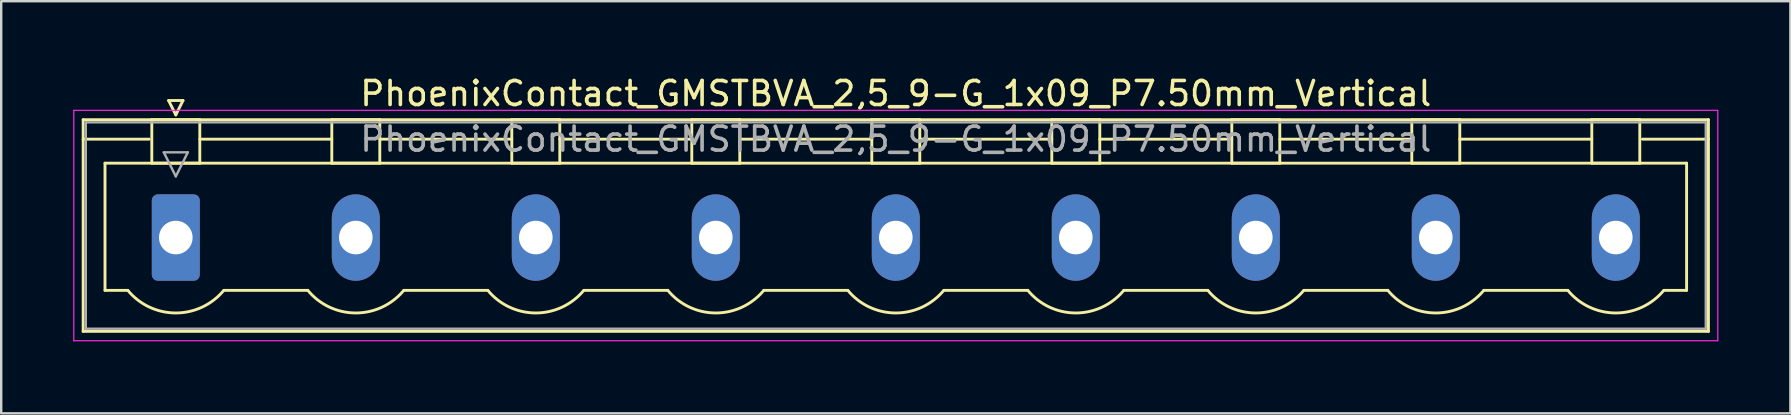
<source format=kicad_pcb>
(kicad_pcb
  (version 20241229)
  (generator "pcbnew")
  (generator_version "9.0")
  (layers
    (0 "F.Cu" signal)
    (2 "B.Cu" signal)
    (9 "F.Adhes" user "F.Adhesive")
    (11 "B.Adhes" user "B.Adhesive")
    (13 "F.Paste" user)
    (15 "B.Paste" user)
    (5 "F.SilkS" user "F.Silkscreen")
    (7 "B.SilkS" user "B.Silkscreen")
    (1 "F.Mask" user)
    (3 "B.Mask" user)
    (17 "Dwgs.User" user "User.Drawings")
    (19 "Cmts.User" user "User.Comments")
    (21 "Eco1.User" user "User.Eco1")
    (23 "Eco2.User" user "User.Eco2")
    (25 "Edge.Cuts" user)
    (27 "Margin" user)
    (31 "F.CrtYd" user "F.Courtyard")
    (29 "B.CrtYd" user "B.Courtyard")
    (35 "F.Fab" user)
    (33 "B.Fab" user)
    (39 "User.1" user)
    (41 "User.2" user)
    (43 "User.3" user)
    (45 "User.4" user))
  (footprint "PhoenixContact_GMSTBVA_2,5_9-G_1x09_P7.50mm_Vertical"
    (layer "F.Cu")
    (at 4.275 6.848)
    (property "Reference" "PhoenixContact_GMSTBVA_2,5_9-G_1x09_P7.50mm_Vertical" (at 30 -6 0) (layer "F.SilkS") (effects (font (size 1 1) (thickness 0.15))))
    (attr through_hole)
    (fp_line (start -3.86 -4.91) (end -3.86 3.91) (stroke (width 0.12) (type solid)) (layer "F.SilkS"))
    (fp_line (start -3.86 -4.1) (end -1.11 -4.1) (stroke (width 0.12) (type solid)) (layer "F.SilkS"))
    (fp_line (start -3.86 3.91) (end 63.86 3.91) (stroke (width 0.12) (type solid)) (layer "F.SilkS"))
    (fp_line (start -2.95 -3.1) (end 62.95 -3.1) (stroke (width 0.12) (type solid)) (layer "F.SilkS"))
    (fp_line (start -2.95 2.2) (end -2.95 -3.1) (stroke (width 0.12) (type solid)) (layer "F.SilkS"))
    (fp_line (start -2 2.2) (end -2.95 2.2) (stroke (width 0.12) (type solid)) (layer "F.SilkS"))
    (fp_line (start -1 -4.91) (end 1 -4.91) (stroke (width 0.12) (type solid)) (layer "F.SilkS"))
    (fp_line (start -1 -3.1) (end -1 -4.91) (stroke (width 0.12) (type solid)) (layer "F.SilkS"))
    (fp_line (start -0.3 -5.71) (end 0.3 -5.71) (stroke (width 0.12) (type solid)) (layer "F.SilkS"))
    (fp_line (start 0 -5.11) (end -0.3 -5.71) (stroke (width 0.12) (type solid)) (layer "F.SilkS"))
    (fp_line (start 0.3 -5.71) (end 0 -5.11) (stroke (width 0.12) (type solid)) (layer "F.SilkS"))
    (fp_line (start 1 -4.91) (end 1 -3.1) (stroke (width 0.12) (type solid)) (layer "F.SilkS"))
    (fp_line (start 1 -4.1) (end 6.5 -4.1) (stroke (width 0.12) (type solid)) (layer "F.SilkS"))
    (fp_line (start 1 -3.1) (end -1 -3.1) (stroke (width 0.12) (type solid)) (layer "F.SilkS"))
    (fp_line (start 2 2.2) (end 5.5 2.2) (stroke (width 0.12) (type solid)) (layer "F.SilkS"))
    (fp_line (start 6.5 -4.91) (end 8.5 -4.91) (stroke (width 0.12) (type solid)) (layer "F.SilkS"))
    (fp_line (start 6.5 -3.1) (end 6.5 -4.91) (stroke (width 0.12) (type solid)) (layer "F.SilkS"))
    (fp_line (start 8.5 -4.91) (end 8.5 -3.1) (stroke (width 0.12) (type solid)) (layer "F.SilkS"))
    (fp_line (start 8.5 -4.1) (end 14 -4.1) (stroke (width 0.12) (type solid)) (layer "F.SilkS"))
    (fp_line (start 8.5 -3.1) (end 6.5 -3.1) (stroke (width 0.12) (type solid)) (layer "F.SilkS"))
    (fp_line (start 9.5 2.2) (end 13 2.2) (stroke (width 0.12) (type solid)) (layer "F.SilkS"))
    (fp_line (start 14 -4.91) (end 16 -4.91) (stroke (width 0.12) (type solid)) (layer "F.SilkS"))
    (fp_line (start 14 -3.1) (end 14 -4.91) (stroke (width 0.12) (type solid)) (layer "F.SilkS"))
    (fp_line (start 16 -4.91) (end 16 -3.1) (stroke (width 0.12) (type solid)) (layer "F.SilkS"))
    (fp_line (start 16 -4.1) (end 21.5 -4.1) (stroke (width 0.12) (type solid)) (layer "F.SilkS"))
    (fp_line (start 16 -3.1) (end 14 -3.1) (stroke (width 0.12) (type solid)) (layer "F.SilkS"))
    (fp_line (start 17 2.2) (end 20.5 2.2) (stroke (width 0.12) (type solid)) (layer "F.SilkS"))
    (fp_line (start 21.5 -4.91) (end 23.5 -4.91) (stroke (width 0.12) (type solid)) (layer "F.SilkS"))
    (fp_line (start 21.5 -3.1) (end 21.5 -4.91) (stroke (width 0.12) (type solid)) (layer "F.SilkS"))
    (fp_line (start 23.5 -4.91) (end 23.5 -3.1) (stroke (width 0.12) (type solid)) (layer "F.SilkS"))
    (fp_line (start 23.5 -4.1) (end 29 -4.1) (stroke (width 0.12) (type solid)) (layer "F.SilkS"))
    (fp_line (start 23.5 -3.1) (end 21.5 -3.1) (stroke (width 0.12) (type solid)) (layer "F.SilkS"))
    (fp_line (start 24.5 2.2) (end 28 2.2) (stroke (width 0.12) (type solid)) (layer "F.SilkS"))
    (fp_line (start 29 -4.91) (end 31 -4.91) (stroke (width 0.12) (type solid)) (layer "F.SilkS"))
    (fp_line (start 29 -3.1) (end 29 -4.91) (stroke (width 0.12) (type solid)) (layer "F.SilkS"))
    (fp_line (start 31 -4.91) (end 31 -3.1) (stroke (width 0.12) (type solid)) (layer "F.SilkS"))
    (fp_line (start 31 -4.1) (end 36.5 -4.1) (stroke (width 0.12) (type solid)) (layer "F.SilkS"))
    (fp_line (start 31 -3.1) (end 29 -3.1) (stroke (width 0.12) (type solid)) (layer "F.SilkS"))
    (fp_line (start 32 2.2) (end 35.5 2.2) (stroke (width 0.12) (type solid)) (layer "F.SilkS"))
    (fp_line (start 36.5 -4.91) (end 38.5 -4.91) (stroke (width 0.12) (type solid)) (layer "F.SilkS"))
    (fp_line (start 36.5 -3.1) (end 36.5 -4.91) (stroke (width 0.12) (type solid)) (layer "F.SilkS"))
    (fp_line (start 38.5 -4.91) (end 38.5 -3.1) (stroke (width 0.12) (type solid)) (layer "F.SilkS"))
    (fp_line (start 38.5 -4.1) (end 44 -4.1) (stroke (width 0.12) (type solid)) (layer "F.SilkS"))
    (fp_line (start 38.5 -3.1) (end 36.5 -3.1) (stroke (width 0.12) (type solid)) (layer "F.SilkS"))
    (fp_line (start 39.5 2.2) (end 43 2.2) (stroke (width 0.12) (type solid)) (layer "F.SilkS"))
    (fp_line (start 44 -4.91) (end 46 -4.91) (stroke (width 0.12) (type solid)) (layer "F.SilkS"))
    (fp_line (start 44 -3.1) (end 44 -4.91) (stroke (width 0.12) (type solid)) (layer "F.SilkS"))
    (fp_line (start 46 -4.91) (end 46 -3.1) (stroke (width 0.12) (type solid)) (layer "F.SilkS"))
    (fp_line (start 46 -4.1) (end 51.5 -4.1) (stroke (width 0.12) (type solid)) (layer "F.SilkS"))
    (fp_line (start 46 -3.1) (end 44 -3.1) (stroke (width 0.12) (type solid)) (layer "F.SilkS"))
    (fp_line (start 47 2.2) (end 50.5 2.2) (stroke (width 0.12) (type solid)) (layer "F.SilkS"))
    (fp_line (start 51.5 -4.91) (end 53.5 -4.91) (stroke (width 0.12) (type solid)) (layer "F.SilkS"))
    (fp_line (start 51.5 -3.1) (end 51.5 -4.91) (stroke (width 0.12) (type solid)) (layer "F.SilkS"))
    (fp_line (start 53.5 -4.91) (end 53.5 -3.1) (stroke (width 0.12) (type solid)) (layer "F.SilkS"))
    (fp_line (start 53.5 -4.1) (end 59 -4.1) (stroke (width 0.12) (type solid)) (layer "F.SilkS"))
    (fp_line (start 53.5 -3.1) (end 51.5 -3.1) (stroke (width 0.12) (type solid)) (layer "F.SilkS"))
    (fp_line (start 54.5 2.2) (end 58 2.2) (stroke (width 0.12) (type solid)) (layer "F.SilkS"))
    (fp_line (start 59 -4.91) (end 61 -4.91) (stroke (width 0.12) (type solid)) (layer "F.SilkS"))
    (fp_line (start 59 -3.1) (end 59 -4.91) (stroke (width 0.12) (type solid)) (layer "F.SilkS"))
    (fp_line (start 61 -4.91) (end 61 -3.1) (stroke (width 0.12) (type solid)) (layer "F.SilkS"))
    (fp_line (start 61 -3.1) (end 59 -3.1) (stroke (width 0.12) (type solid)) (layer "F.SilkS"))
    (fp_line (start 62.95 -3.1) (end 62.95 2.2) (stroke (width 0.12) (type solid)) (layer "F.SilkS"))
    (fp_line (start 62.95 2.2) (end 62 2.2) (stroke (width 0.12) (type solid)) (layer "F.SilkS"))
    (fp_line (start 63.86 -4.91) (end -3.86 -4.91) (stroke (width 0.12) (type solid)) (layer "F.SilkS"))
    (fp_line (start 63.86 -4.1) (end 61.11 -4.1) (stroke (width 0.12) (type solid)) (layer "F.SilkS"))
    (fp_line (start 63.86 3.91) (end 63.86 -4.91) (stroke (width 0.12) (type solid)) (layer "F.SilkS"))
    (fp_arc (start 1.986842 2.215821) (mid -0.010289 3.142758) (end -2 2.2) (stroke (width 0.12) (type solid)) (layer "F.SilkS"))
    (fp_arc (start 9.486842 2.215821) (mid 7.489711 3.142758) (end 5.5 2.2) (stroke (width 0.12) (type solid)) (layer "F.SilkS"))
    (fp_arc (start 16.986842 2.215821) (mid 14.989711 3.142758) (end 13 2.2) (stroke (width 0.12) (type solid)) (layer "F.SilkS"))
    (fp_arc (start 24.486842 2.215821) (mid 22.489711 3.142758) (end 20.5 2.2) (stroke (width 0.12) (type solid)) (layer "F.SilkS"))
    (fp_arc (start 31.986842 2.215821) (mid 29.989711 3.142758) (end 28 2.2) (stroke (width 0.12) (type solid)) (layer "F.SilkS"))
    (fp_arc (start 39.486842 2.215821) (mid 37.489711 3.142758) (end 35.5 2.2) (stroke (width 0.12) (type solid)) (layer "F.SilkS"))
    (fp_arc (start 46.986842 2.215821) (mid 44.989711 3.142758) (end 43 2.2) (stroke (width 0.12) (type solid)) (layer "F.SilkS"))
    (fp_arc (start 54.486842 2.215821) (mid 52.489711 3.142758) (end 50.5 2.2) (stroke (width 0.12) (type solid)) (layer "F.SilkS"))
    (fp_arc (start 61.986842 2.215821) (mid 59.989711 3.142758) (end 58 2.2) (stroke (width 0.12) (type solid)) (layer "F.SilkS"))
    (fp_line (start -4.25 -5.3) (end -4.25 4.3) (stroke (width 0.05) (type solid)) (layer "F.CrtYd"))
    (fp_line (start -4.25 4.3) (end 64.25 4.3) (stroke (width 0.05) (type solid)) (layer "F.CrtYd"))
    (fp_line (start 64.25 -5.3) (end -4.25 -5.3) (stroke (width 0.05) (type solid)) (layer "F.CrtYd"))
    (fp_line (start 64.25 4.3) (end 64.25 -5.3) (stroke (width 0.05) (type solid)) (layer "F.CrtYd"))
    (fp_line (start -3.75 -4.8) (end -3.75 3.8) (stroke (width 0.1) (type solid)) (layer "F.Fab"))
    (fp_line (start -3.75 3.8) (end 63.75 3.8) (stroke (width 0.1) (type solid)) (layer "F.Fab"))
    (fp_line (start -0.5 -3.55) (end 0.5 -3.55) (stroke (width 0.1) (type solid)) (layer "F.Fab"))
    (fp_line (start 0 -2.55) (end -0.5 -3.55) (stroke (width 0.1) (type solid)) (layer "F.Fab"))
    (fp_line (start 0.5 -3.55) (end 0 -2.55) (stroke (width 0.1) (type solid)) (layer "F.Fab"))
    (fp_line (start 63.75 -4.8) (end -3.75 -4.8) (stroke (width 0.1) (type solid)) (layer "F.Fab"))
    (fp_line (start 63.75 3.8) (end 63.75 -4.8) (stroke (width 0.1) (type solid)) (layer "F.Fab"))
    (fp_text user "${REFERENCE}" (at 30 -4.1 0) (layer "F.Fab") (effects (font (size 1 1) (thickness 0.15))))
    (pad "1" thru_hole roundrect (at 0 0) (size 2 3.6) (drill 1.4) (layers "*.Cu" "*.Mask") (roundrect_rratio 0.125))
    (pad "2" thru_hole oval (at 7.5 0) (size 2 3.6) (drill 1.4) (layers "*.Cu" "*.Mask"))
    (pad "3" thru_hole oval (at 15 0) (size 2 3.6) (drill 1.4) (layers "*.Cu" "*.Mask"))
    (pad "4" thru_hole oval (at 22.5 0) (size 2 3.6) (drill 1.4) (layers "*.Cu" "*.Mask"))
    (pad "5" thru_hole oval (at 30 0) (size 2 3.6) (drill 1.4) (layers "*.Cu" "*.Mask"))
    (pad "6" thru_hole oval (at 37.5 0) (size 2 3.6) (drill 1.4) (layers "*.Cu" "*.Mask"))
    (pad "7" thru_hole oval (at 45 0) (size 2 3.6) (drill 1.4) (layers "*.Cu" "*.Mask"))
    (pad "8" thru_hole oval (at 52.5 0) (size 2 3.6) (drill 1.4) (layers "*.Cu" "*.Mask"))
    (pad "9" thru_hole oval (at 60 0) (size 2 3.6) (drill 1.4) (layers "*.Cu" "*.Mask")))
  (gr_rect
    (start -3 -3)
    (end 71.55 14.173)
    (stroke (width 0.1) (type default))
    (fill no)
    (layer "Edge.Cuts")))
</source>
